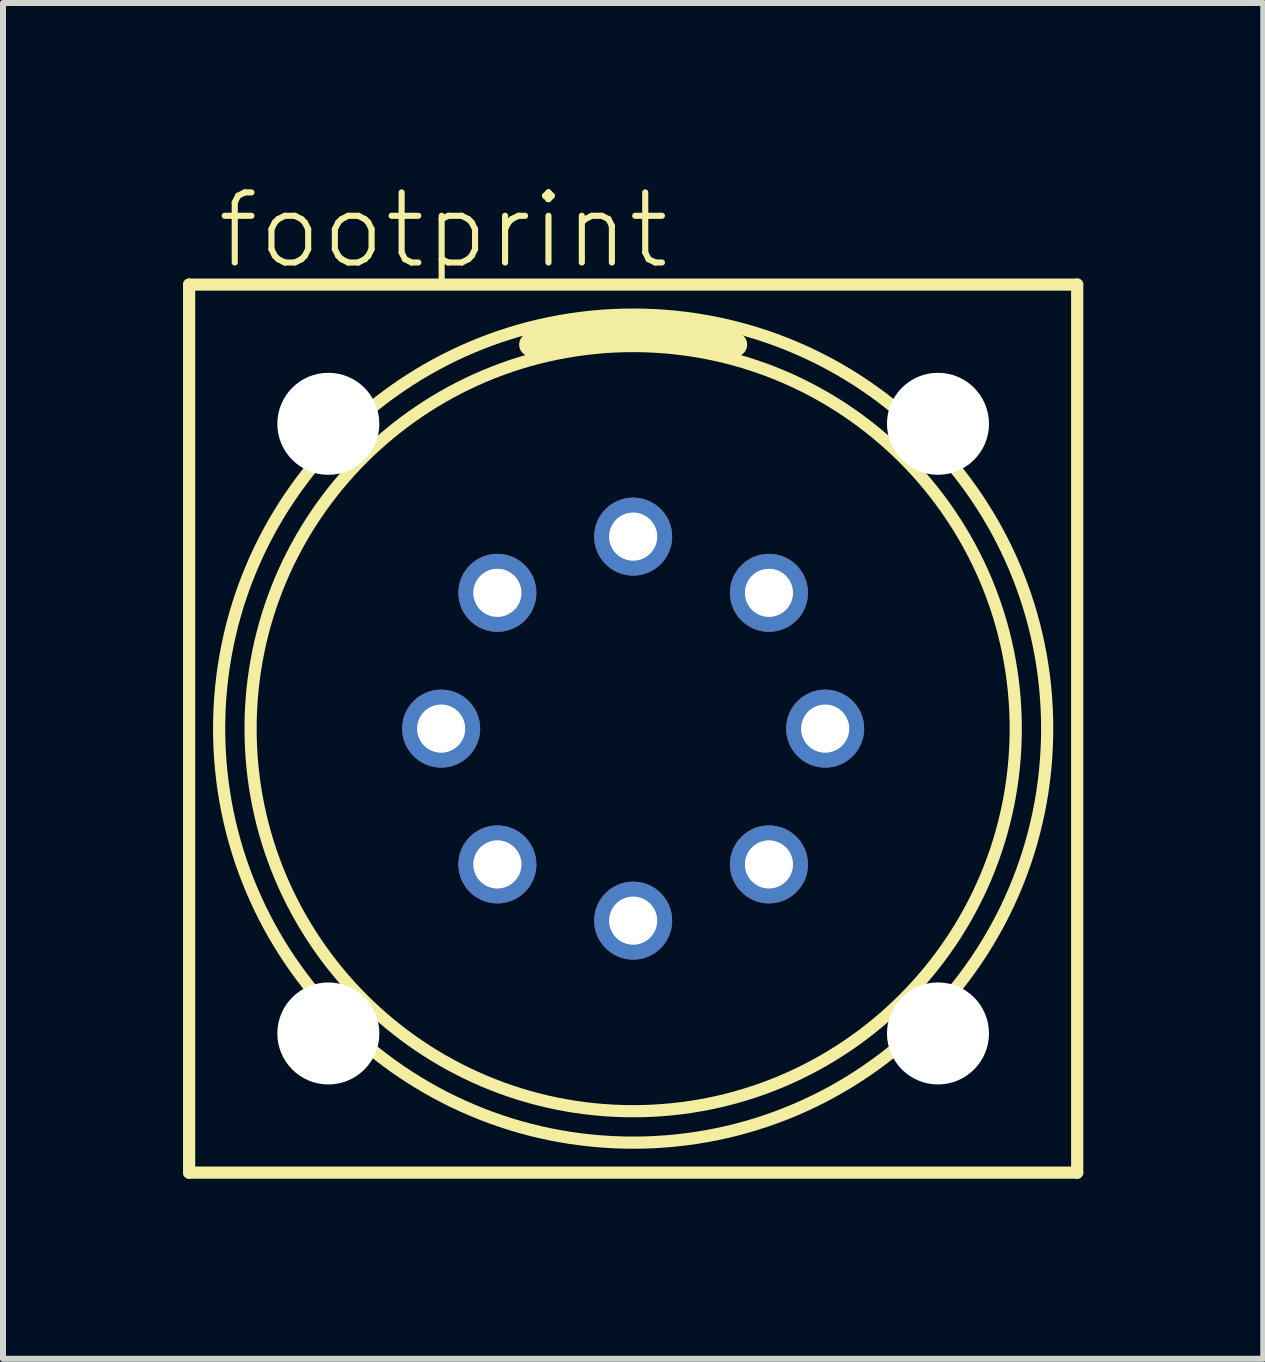
<source format=kicad_pcb>
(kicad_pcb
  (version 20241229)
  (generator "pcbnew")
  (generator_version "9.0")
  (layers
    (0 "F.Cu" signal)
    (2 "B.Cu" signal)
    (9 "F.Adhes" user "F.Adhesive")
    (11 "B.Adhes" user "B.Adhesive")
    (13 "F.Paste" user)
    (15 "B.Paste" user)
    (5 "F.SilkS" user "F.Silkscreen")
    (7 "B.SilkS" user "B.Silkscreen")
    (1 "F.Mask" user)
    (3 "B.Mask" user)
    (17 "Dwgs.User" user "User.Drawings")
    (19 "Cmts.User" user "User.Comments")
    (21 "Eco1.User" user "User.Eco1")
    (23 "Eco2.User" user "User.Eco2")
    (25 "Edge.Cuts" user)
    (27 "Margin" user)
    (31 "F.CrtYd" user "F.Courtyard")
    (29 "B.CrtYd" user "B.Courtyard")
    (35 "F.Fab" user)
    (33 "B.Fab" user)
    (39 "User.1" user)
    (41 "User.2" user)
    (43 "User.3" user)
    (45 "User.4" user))
  (footprint "footprint"
    (layer "F.Cu")
    (at 7.502 9.093)
    (property "Reference" "footprint" (at -6.985 -7.62 0) (layer "F.SilkS") (effects (font (size 1.168 1.168) (thickness 0.102)) (justify left bottom)))
    (fp_line (start -7.4 -7.4) (end 7.4 -7.4) (stroke (width 0.203) (type solid)) (layer "F.SilkS"))
    (fp_line (start -7.4 7.4) (end -7.4 -7.4) (stroke (width 0.203) (type solid)) (layer "F.SilkS"))
    (fp_line (start 7.4 -7.4) (end 7.4 7.4) (stroke (width 0.203) (type solid)) (layer "F.SilkS"))
    (fp_line (start 7.4 7.4) (end -7.4 7.4) (stroke (width 0.203) (type solid)) (layer "F.SilkS"))
    (fp_arc (start -1.7 -6.4) (mid 0 -6.650475) (end 1.700001 -6.4) (stroke (width 0.4) (type solid)) (layer "F.SilkS"))
    (fp_circle (center 0 0) (end 6.376 0) (stroke (width 0.203) (type solid)) (fill no) (layer "F.SilkS"))
    (fp_circle (center 0 0) (end 6.9 0) (stroke (width 0.203) (type solid)) (fill no) (layer "F.SilkS"))
    (fp_circle (center -3.2 0) (end -2.902 0) (stroke (width 0.203) (type solid)) (fill no) (layer "F.Fab"))
    (fp_circle (center -2.263 -2.263) (end -1.964 -2.263) (stroke (width 0.203) (type solid)) (fill no) (layer "F.Fab"))
    (fp_circle (center -2.263 2.263) (end -1.964 2.263) (stroke (width 0.203) (type solid)) (fill no) (layer "F.Fab"))
    (fp_circle (center 0 -3.2) (end 0.298 -3.2) (stroke (width 0.203) (type solid)) (fill no) (layer "F.Fab"))
    (fp_circle (center 0 3.2) (end 0.298 3.2) (stroke (width 0.203) (type solid)) (fill no) (layer "F.Fab"))
    (fp_circle (center 2.263 -2.263) (end 2.561 -2.263) (stroke (width 0.203) (type solid)) (fill no) (layer "F.Fab"))
    (fp_circle (center 2.263 2.263) (end 2.561 2.263) (stroke (width 0.203) (type solid)) (fill no) (layer "F.Fab"))
    (fp_circle (center 3.2 0) (end 3.498 0) (stroke (width 0.203) (type solid)) (fill no) (layer "F.Fab"))
    (pad "" np_thru_hole circle (at -5.08 -5.08) (size 1.7 1.7) (drill 1.7) (layers "*.Cu" "*.Mask"))
    (pad "" np_thru_hole circle (at -5.08 5.08) (size 1.7 1.7) (drill 1.7) (layers "*.Cu" "*.Mask"))
    (pad "" np_thru_hole circle (at 5.08 -5.08) (size 1.7 1.7) (drill 1.7) (layers "*.Cu" "*.Mask"))
    (pad "" np_thru_hole circle (at 5.08 5.08) (size 1.7 1.7) (drill 1.7) (layers "*.Cu" "*.Mask"))
    (pad "1" thru_hole circle (at 0 -3.2 90) (size 1.3 1.3) (drill 0.8) (layers "*.Cu" "*.Mask"))
    (pad "2" thru_hole circle (at -2.263 -2.263 135) (size 1.3 1.3) (drill 0.8) (layers "*.Cu" "*.Mask"))
    (pad "3" thru_hole circle (at -3.2 0 180) (size 1.3 1.3) (drill 0.8) (layers "*.Cu" "*.Mask"))
    (pad "4" thru_hole circle (at -2.263 2.263 225) (size 1.3 1.3) (drill 0.8) (layers "*.Cu" "*.Mask"))
    (pad "5" thru_hole circle (at 0 3.2 270) (size 1.3 1.3) (drill 0.8) (layers "*.Cu" "*.Mask"))
    (pad "6" thru_hole circle (at 2.263 2.263 315) (size 1.3 1.3) (drill 0.8) (layers "*.Cu" "*.Mask"))
    (pad "7" thru_hole circle (at 3.2 0) (size 1.3 1.3) (drill 0.8) (layers "*.Cu" "*.Mask"))
    (pad "8" thru_hole circle (at 2.263 -2.263 45) (size 1.3 1.3) (drill 0.8) (layers "*.Cu" "*.Mask")))
  (gr_rect
    (start -3 -3)
    (end 18.003 19.595)
    (stroke (width 0.1) (type default))
    (fill no)
    (layer "Edge.Cuts")))
</source>
